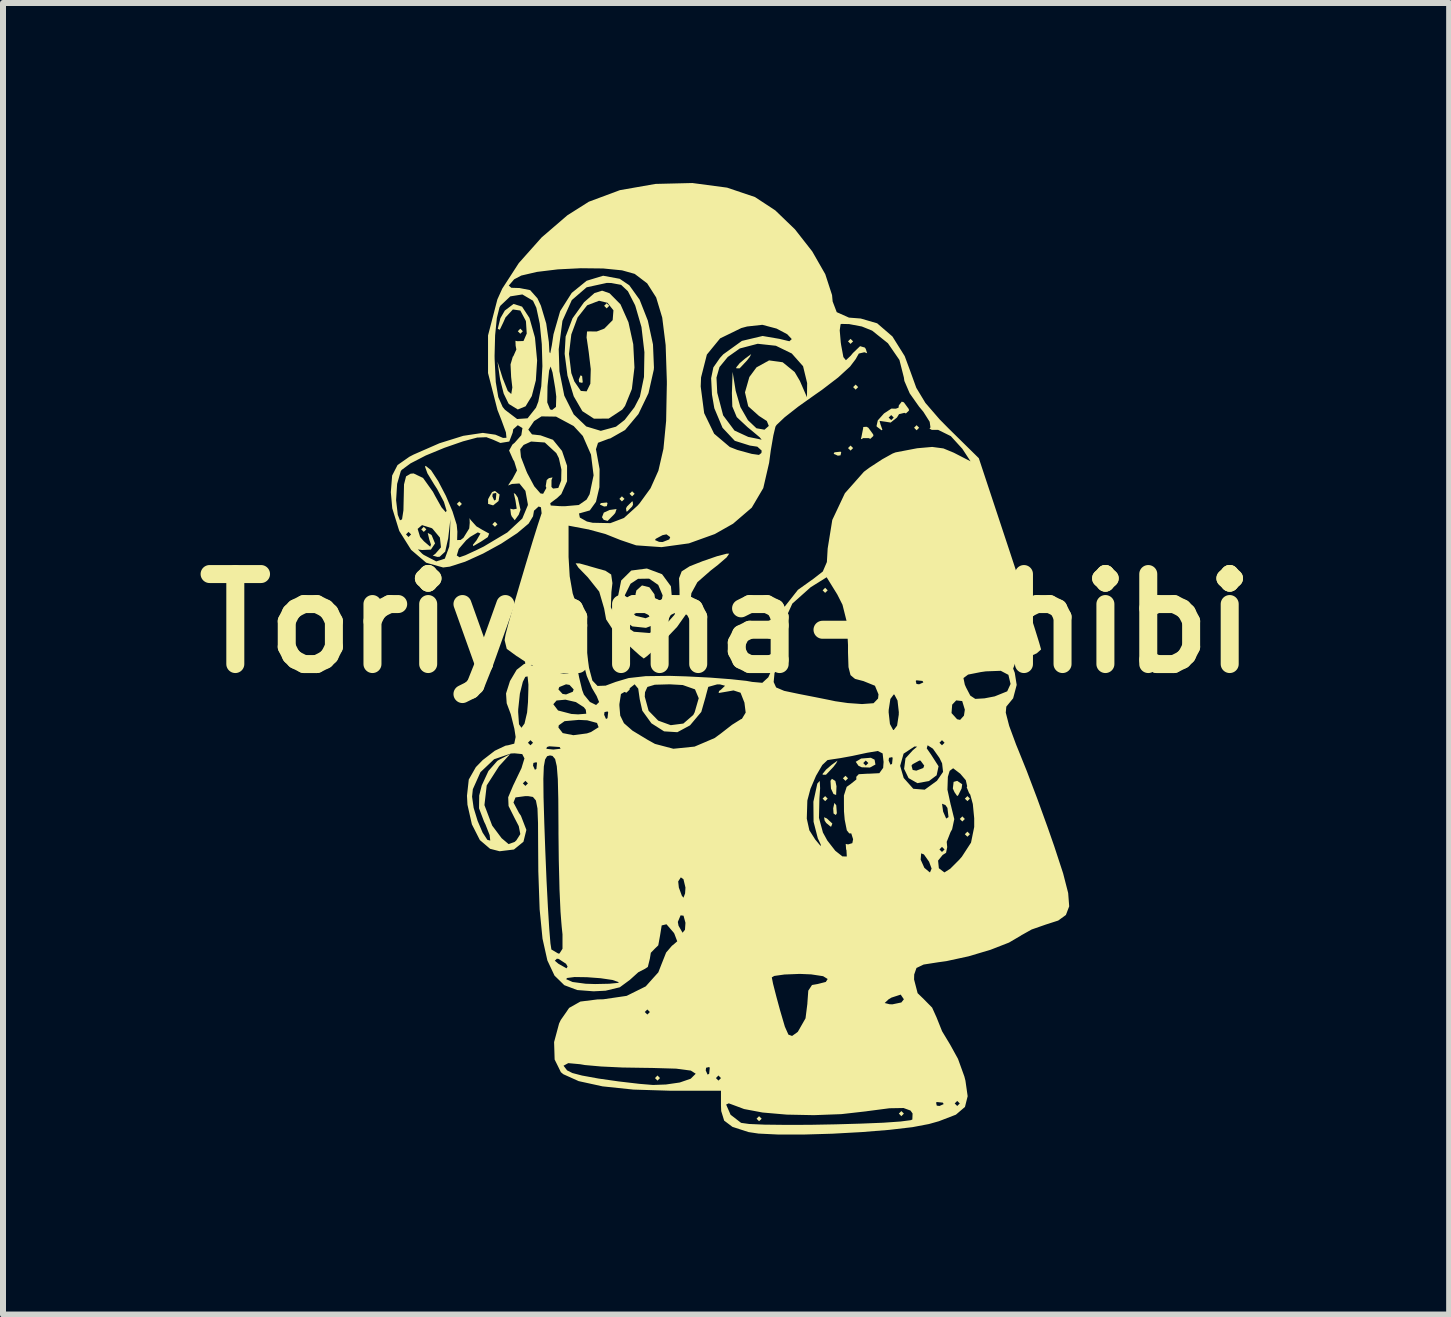
<source format=kicad_pcb>
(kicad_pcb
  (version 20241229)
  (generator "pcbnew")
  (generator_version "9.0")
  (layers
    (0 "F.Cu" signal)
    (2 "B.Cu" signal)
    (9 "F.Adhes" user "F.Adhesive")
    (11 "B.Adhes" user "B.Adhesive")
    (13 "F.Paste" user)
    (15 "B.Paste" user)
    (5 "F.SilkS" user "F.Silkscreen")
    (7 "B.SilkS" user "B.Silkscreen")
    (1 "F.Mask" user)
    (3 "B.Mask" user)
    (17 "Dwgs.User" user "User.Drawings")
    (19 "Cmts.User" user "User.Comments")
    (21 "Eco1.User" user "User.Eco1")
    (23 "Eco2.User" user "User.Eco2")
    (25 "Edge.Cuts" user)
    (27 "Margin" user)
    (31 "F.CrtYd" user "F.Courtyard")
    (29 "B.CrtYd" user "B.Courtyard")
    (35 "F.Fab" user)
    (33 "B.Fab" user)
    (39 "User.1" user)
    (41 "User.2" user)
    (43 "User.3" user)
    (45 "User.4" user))
  (footprint "Toriyama-Chibi"
    (layer "F.Cu")
    (at 9.05 7.338)
    (property "Reference" "Toriyama-Chibi" (at 0 0 0) (layer "F.SilkS") (effects (font (size 1.5 1.5) (thickness 0.3))))
    (attr board_only exclude_from_pos_files exclude_from_bom)
    (fp_poly (pts (xy -4.995 -1.566) (xy -5.038 -1.524) (xy -5.08 -1.566) (xy -5.038 -1.609)) (stroke (width 0) (type solid)) (fill yes) (layer "F.SilkS"))
    (fp_poly (pts (xy -4.403 -1.99) (xy -4.445 -1.947) (xy -4.487 -1.99) (xy -4.445 -2.032)) (stroke (width 0) (type solid)) (fill yes) (layer "F.SilkS"))
    (fp_poly (pts (xy -3.81 -1.651) (xy -3.852 -1.609) (xy -3.895 -1.651) (xy -3.852 -1.693)) (stroke (width 0) (type solid)) (fill yes) (layer "F.SilkS"))
    (fp_poly (pts (xy -3.387 -4.868) (xy -3.429 -4.826) (xy -3.471 -4.868) (xy -3.429 -4.911)) (stroke (width 0) (type solid)) (fill yes) (layer "F.SilkS"))
    (fp_poly (pts (xy -1.947 -5.292) (xy -1.99 -5.249) (xy -2.032 -5.292) (xy -1.99 -5.334)) (stroke (width 0) (type solid)) (fill yes) (layer "F.SilkS"))
    (fp_poly (pts (xy -1.693 -2.074) (xy -1.736 -2.032) (xy -1.778 -2.074) (xy -1.736 -2.117)) (stroke (width 0) (type solid)) (fill yes) (layer "F.SilkS"))
    (fp_poly (pts (xy -1.524 -2.159) (xy -1.566 -2.117) (xy -1.609 -2.159) (xy -1.566 -2.201)) (stroke (width 0) (type solid)) (fill yes) (layer "F.SilkS"))
    (fp_poly (pts (xy -1.101 7.578) (xy -1.143 7.62) (xy -1.185 7.578) (xy -1.143 7.535)) (stroke (width 0) (type solid)) (fill yes) (layer "F.SilkS"))
    (fp_poly (pts (xy 0.593 8.255) (xy 0.55 8.297) (xy 0.508 8.255) (xy 0.55 8.213)) (stroke (width 0) (type solid)) (fill yes) (layer "F.SilkS"))
    (fp_poly (pts (xy 1.693 -0.55) (xy 1.651 -0.508) (xy 1.609 -0.55) (xy 1.651 -0.593)) (stroke (width 0) (type solid)) (fill yes) (layer "F.SilkS"))
    (fp_poly (pts (xy 1.693 2.921) (xy 1.651 2.963) (xy 1.609 2.921) (xy 1.651 2.879)) (stroke (width 0) (type solid)) (fill yes) (layer "F.SilkS"))
    (fp_poly (pts (xy 2.032 2.582) (xy 1.99 2.625) (xy 1.947 2.582) (xy 1.99 2.54)) (stroke (width 0) (type solid)) (fill yes) (layer "F.SilkS"))
    (fp_poly (pts (xy 2.117 -4.699) (xy 2.074 -4.657) (xy 2.032 -4.699) (xy 2.074 -4.741)) (stroke (width 0) (type solid)) (fill yes) (layer "F.SilkS"))
    (fp_poly (pts (xy 2.117 -2.921) (xy 2.074 -2.879) (xy 2.032 -2.921) (xy 2.074 -2.963)) (stroke (width 0) (type solid)) (fill yes) (layer "F.SilkS"))
    (fp_poly (pts (xy 2.201 -3.937) (xy 2.159 -3.895) (xy 2.117 -3.937) (xy 2.159 -3.979)) (stroke (width 0) (type solid)) (fill yes) (layer "F.SilkS"))
    (fp_poly (pts (xy 2.963 8.17) (xy 2.921 8.213) (xy 2.879 8.17) (xy 2.921 8.128)) (stroke (width 0) (type solid)) (fill yes) (layer "F.SilkS"))
    (fp_poly (pts (xy 3.217 -3.26) (xy 3.175 -3.217) (xy 3.133 -3.26) (xy 3.175 -3.302)) (stroke (width 0) (type solid)) (fill yes) (layer "F.SilkS"))
    (fp_poly (pts (xy 3.979 3.26) (xy 3.937 3.302) (xy 3.895 3.26) (xy 3.937 3.217)) (stroke (width 0) (type solid)) (fill yes) (layer "F.SilkS"))
    (fp_poly (pts (xy 4.064 2.921) (xy 4.022 2.963) (xy 3.979 2.921) (xy 4.022 2.879)) (stroke (width 0) (type solid)) (fill yes) (layer "F.SilkS"))
    (fp_poly (pts (xy 4.064 3.514) (xy 4.022 3.556) (xy 3.979 3.514) (xy 4.022 3.471)) (stroke (width 0) (type solid)) (fill yes) (layer "F.SilkS"))
    (fp_poly (pts (xy -2.399 -4.12) (xy -2.389 -4.02) (xy -2.399 -4.008) (xy -2.449 -4.019) (xy -2.455 -4.064) (xy -2.424 -4.134)) (stroke (width 0) (type solid)) (fill yes) (layer "F.SilkS"))
    (fp_poly (pts (xy -1.976 -2.004) (xy -1.987 -1.953) (xy -2.032 -1.947) (xy -2.102 -1.978) (xy -2.088 -2.004) (xy -1.988 -2.014)) (stroke (width 0) (type solid)) (fill yes) (layer "F.SilkS"))
    (fp_poly (pts (xy 1.836 3.032) (xy 1.846 3.164) (xy 1.829 3.194) (xy 1.791 3.169) (xy 1.785 3.083) (xy 1.805 2.993)) (stroke (width 0) (type solid)) (fill yes) (layer "F.SilkS"))
    (fp_poly (pts (xy 1.919 -2.85) (xy 1.907 -2.8) (xy 1.863 -2.794) (xy 1.793 -2.825) (xy 1.806 -2.85) (xy 1.907 -2.861)) (stroke (width 0) (type solid)) (fill yes) (layer "F.SilkS"))
    (fp_poly (pts (xy 1.68 3.252) (xy 1.771 3.337) (xy 1.752 3.386) (xy 1.741 3.387) (xy 1.669 3.327) (xy 1.643 3.289) (xy 1.633 3.231)) (stroke (width 0) (type solid)) (fill yes) (layer "F.SilkS"))
    (fp_poly (pts (xy 1.821 2.627) (xy 1.84 2.715) (xy 1.834 2.86) (xy 1.79 2.844) (xy 1.748 2.754) (xy 1.74 2.624) (xy 1.764 2.591)) (stroke (width 0) (type solid)) (fill yes) (layer "F.SilkS"))
    (fp_poly (pts (xy -1.847 -1.84) (xy -1.868 -1.814) (xy -1.974 -1.707) (xy -2.039 -1.725) (xy -2.068 -1.768) (xy -2.038 -1.845) (xy -1.942 -1.889) (xy -1.825 -1.905)) (stroke (width 0) (type solid)) (fill yes) (layer "F.SilkS"))
    (fp_poly (pts (xy -1.551 -1.977) (xy -1.566 -1.947) (xy -1.646 -1.866) (xy -1.661 -1.863) (xy -1.667 -1.917) (xy -1.651 -1.947) (xy -1.571 -2.028) (xy -1.556 -2.032)) (stroke (width 0) (type solid)) (fill yes) (layer "F.SilkS"))
    (fp_poly (pts (xy 0.397 -4.443) (xy 0.349 -4.381) (xy 0.226 -4.25) (xy 0.171 -4.25) (xy 0.169 -4.265) (xy 0.227 -4.336) (xy 0.318 -4.413) (xy 0.418 -4.487)) (stroke (width 0) (type solid)) (fill yes) (layer "F.SilkS"))
    (fp_poly (pts (xy 1.836 2.33) (xy 1.789 2.392) (xy 1.665 2.523) (xy 1.61 2.523) (xy 1.609 2.508) (xy 1.667 2.437) (xy 1.757 2.36) (xy 1.857 2.287)) (stroke (width 0) (type solid)) (fill yes) (layer "F.SilkS"))
    (fp_poly (pts (xy 3.935 2.682) (xy 3.925 2.752) (xy 3.87 2.863) (xy 3.852 2.879) (xy 3.806 2.813) (xy 3.779 2.752) (xy 3.792 2.642) (xy 3.852 2.625)) (stroke (width 0) (type solid)) (fill yes) (layer "F.SilkS"))
    (fp_poly (pts (xy -1.278 -0.601) (xy -1.194 -0.484) (xy -1.185 -0.423) (xy -1.239 -0.281) (xy -1.354 -0.214) (xy -1.466 -0.251) (xy -1.494 -0.298) (xy -1.509 -0.488) (xy -1.494 -0.549) (xy -1.401 -0.632)) (stroke (width 0) (type solid)) (fill yes) (layer "F.SilkS"))
    (fp_poly (pts (xy -3.508 -2.151) (xy -3.471 -2.095) (xy -3.426 -1.893) (xy -3.455 -1.811) (xy -3.522 -1.719) (xy -3.572 -1.782) (xy -3.585 -1.815) (xy -3.596 -1.911) (xy -3.546 -1.899) (xy -3.489 -1.91) (xy -3.509 -2.043) (xy -3.538 -2.172)) (stroke (width 0) (type solid)) (fill yes) (layer "F.SilkS"))
    (fp_poly (pts (xy 2.371 -3.26) (xy 2.452 -3.148) (xy 2.455 -3.123) (xy 2.404 -3.075) (xy 2.378 -3.086) (xy 2.278 -3.086) (xy 2.265 -3.07) (xy 2.248 -3.073) (xy 2.258 -3.118) (xy 2.284 -3.249) (xy 2.286 -3.272) (xy 2.341 -3.276)) (stroke (width 0) (type solid)) (fill yes) (layer "F.SilkS"))
    (fp_poly (pts (xy 2.475 2.272) (xy 2.489 2.353) (xy 2.397 2.403) (xy 2.262 2.399) (xy 2.208 2.375) (xy 2.175 2.328) (xy 2.286 2.328) (xy 2.328 2.371) (xy 2.371 2.328) (xy 2.328 2.286) (xy 2.286 2.328) (xy 2.175 2.328) (xy 2.161 2.307) (xy 2.251 2.253) (xy 2.412 2.24)) (stroke (width 0) (type solid)) (fill yes) (layer "F.SilkS"))
    (fp_poly (pts (xy -3.774 -2.147) (xy -3.792 -2.038) (xy -3.882 -1.966) (xy -3.966 -1.99) (xy -3.966 -2.069) (xy -3.94 -2.117) (xy -3.895 -2.117) (xy -3.864 -2.047) (xy -3.838 -2.06) (xy -3.828 -2.161) (xy -3.838 -2.173) (xy -3.889 -2.161) (xy -3.895 -2.117) (xy -3.94 -2.117) (xy -3.899 -2.188) (xy -3.852 -2.206)) (stroke (width 0) (type solid)) (fill yes) (layer "F.SilkS"))
    (fp_poly (pts (xy -1.067 -0.819) (xy -0.919 -0.617) (xy -0.896 -0.353) (xy -0.948 -0.191) (xy -1.109 -0.01) (xy -1.335 0.075) (xy -1.562 0.051) (xy -1.693 -0.043) (xy -1.778 -0.227) (xy -1.806 -0.423) (xy -1.797 -0.469) (xy -1.687 -0.469) (xy -1.65 -0.271) (xy -1.507 -0.125) (xy -1.341 -0.085) (xy -1.185 -0.153) (xy -1.101 -0.254) (xy -1.057 -0.466) (xy -1.131 -0.641) (xy -1.282 -0.745) (xy -1.467 -0.742) (xy -1.592 -0.66) (xy -1.687 -0.469) (xy -1.797 -0.469) (xy -1.748 -0.714) (xy -1.58 -0.88) (xy -1.32 -0.914)) (stroke (width 0) (type solid)) (fill yes) (layer "F.SilkS"))
    (fp_poly (pts (xy 2.963 -3.683) (xy 3.045 -3.571) (xy 3.048 -3.546) (xy 2.997 -3.498) (xy 2.972 -3.508) (xy 2.882 -3.486) (xy 2.848 -3.43) (xy 2.743 -3.346) (xy 2.656 -3.36) (xy 2.558 -3.374) (xy 2.573 -3.316) (xy 2.605 -3.227) (xy 2.592 -3.217) (xy 2.514 -3.276) (xy 2.507 -3.287) (xy 2.528 -3.382) (xy 2.57 -3.429) (xy 2.709 -3.429) (xy 2.752 -3.387) (xy 2.794 -3.429) (xy 2.752 -3.471) (xy 2.709 -3.429) (xy 2.57 -3.429) (xy 2.632 -3.498) (xy 2.755 -3.579) (xy 2.829 -3.577) (xy 2.874 -3.594) (xy 2.879 -3.632) (xy 2.928 -3.695)) (stroke (width 0) (type solid)) (fill yes) (layer "F.SilkS"))
    (fp_poly (pts (xy -3.4 -5.278) (xy -3.277 -5.09) (xy -3.187 -4.771) (xy -3.184 -4.754) (xy -3.149 -4.38) (xy -3.17 -4.05) (xy -3.238 -3.787) (xy -3.341 -3.617) (xy -3.471 -3.564) (xy -3.617 -3.654) (xy -3.627 -3.666) (xy -3.706 -3.829) (xy -3.765 -4.061) (xy -3.767 -4.072) (xy -3.809 -4.36) (xy -3.723 -4.085) (xy -3.638 -3.873) (xy -3.58 -3.822) (xy -3.562 -3.931) (xy -3.582 -4.105) (xy -3.592 -4.315) (xy -3.554 -4.444) (xy -3.545 -4.452) (xy -3.495 -4.564) (xy -3.507 -4.627) (xy -3.51 -4.709) (xy -3.476 -4.702) (xy -3.376 -4.705) (xy -3.322 -4.829) (xy -3.335 -5.03) (xy -3.338 -5.042) (xy -3.429 -5.213) (xy -3.553 -5.231) (xy -3.675 -5.099) (xy -3.712 -5.016) (xy -3.771 -4.893) (xy -3.803 -4.907) (xy -3.803 -4.916) (xy -3.761 -5.085) (xy -3.688 -5.212) (xy -3.542 -5.323)) (stroke (width 0) (type solid)) (fill yes) (layer "F.SilkS"))
    (fp_poly (pts (xy -1.942 -5.501) (xy -1.76 -5.317) (xy -1.627 -5.018) (xy -1.547 -4.651) (xy -1.527 -4.264) (xy -1.57 -3.905) (xy -1.684 -3.623) (xy -1.731 -3.561) (xy -1.957 -3.412) (xy -2.202 -3.411) (xy -2.395 -3.536) (xy -2.539 -3.784) (xy -2.643 -4.128) (xy -2.69 -4.491) (xy -2.618 -4.491) (xy -2.579 -4.17) (xy -2.529 -4.032) (xy -2.42 -3.873) (xy -2.324 -3.866) (xy -2.262 -3.993) (xy -2.255 -4.238) (xy -2.258 -4.26) (xy -2.289 -4.521) (xy -2.319 -4.728) (xy -2.325 -4.763) (xy -2.317 -4.864) (xy -2.28 -4.865) (xy -2.155 -4.864) (xy -2.029 -4.912) (xy -1.89 -5.053) (xy -1.877 -5.216) (xy -1.977 -5.342) (xy -2.117 -5.376) (xy -2.315 -5.3) (xy -2.474 -5.098) (xy -2.579 -4.815) (xy -2.618 -4.491) (xy -2.69 -4.491) (xy -2.69 -4.496) (xy -2.674 -4.779) (xy -2.559 -5.083) (xy -2.367 -5.351) (xy -2.193 -5.504) (xy -2.066 -5.544)) (stroke (width 0) (type solid)) (fill yes) (layer "F.SilkS"))
    (fp_poly (pts (xy 0.009 -1.099) (xy -0.137 -0.973) (xy -0.253 -0.883) (xy -0.478 -0.686) (xy -0.578 -0.503) (xy -0.591 -0.393) (xy -0.645 -0.184) (xy -0.816 0.059) (xy -0.97 0.221) (xy -1.169 0.413) (xy -1.315 0.545) (xy -1.372 0.586) (xy -1.445 0.529) (xy -1.535 0.448) (xy -1.706 0.289) (xy -1.852 0.159) (xy -1.999 -0.066) (xy -2.032 -0.247) (xy -2.114 -0.528) (xy -2.304 -0.767) (xy -2.462 -0.93) (xy -2.507 -1) (xy -2.444 -0.999) (xy -2.367 -0.978) (xy -2.144 -0.914) (xy -2.011 -0.877) (xy -1.915 -0.814) (xy -1.894 -0.67) (xy -1.911 -0.523) (xy -1.92 -0.269) (xy -1.834 -0.082) (xy -1.781 -0.021) (xy -1.537 0.14) (xy -1.277 0.161) (xy -1.039 0.059) (xy -0.859 -0.144) (xy -0.775 -0.429) (xy -0.776 -0.56) (xy -0.784 -0.751) (xy -0.74 -0.866) (xy -0.607 -0.951) (xy -0.391 -1.036) (xy -0.153 -1.118) (xy 0.01 -1.161) (xy 0.052 -1.161)) (stroke (width 0) (type solid)) (fill yes) (layer "F.SilkS"))
    (fp_poly (pts (xy 0.017 -7.261) (xy 0.482 -7.104) (xy 0.82 -6.882) (xy 1.148 -6.566) (xy 1.436 -6.198) (xy 1.653 -5.819) (xy 1.766 -5.471) (xy 1.776 -5.364) (xy 1.844 -5.186) (xy 2.048 -5.095) (xy 2.244 -5.08) (xy 2.518 -5) (xy 2.772 -4.781) (xy 2.977 -4.453) (xy 3.068 -4.207) (xy 3.17 -3.925) (xy 3.322 -3.673) (xy 3.56 -3.398) (xy 3.705 -3.251) (xy 4.212 -2.752) (xy 4.731 -1.185) (xy 4.891 -0.699) (xy 5.031 -0.268) (xy 5.143 0.081) (xy 5.218 0.323) (xy 5.249 0.433) (xy 5.249 0.436) (xy 5.178 0.499) (xy 5.006 0.576) (xy 4.991 0.582) (xy 4.819 0.661) (xy 4.784 0.754) (xy 4.811 0.823) (xy 4.843 1.026) (xy 4.784 1.249) (xy 4.67 1.388) (xy 4.661 1.488) (xy 4.718 1.709) (xy 4.834 2.023) (xy 4.864 2.096) (xy 5.01 2.458) (xy 5.183 2.914) (xy 5.358 3.397) (xy 5.467 3.709) (xy 5.617 4.167) (xy 5.701 4.494) (xy 5.718 4.716) (xy 5.663 4.86) (xy 5.535 4.953) (xy 5.33 5.019) (xy 5.327 5.02) (xy 5.092 5.102) (xy 4.917 5.2) (xy 4.911 5.205) (xy 4.715 5.32) (xy 4.407 5.44) (xy 4.041 5.549) (xy 3.672 5.629) (xy 3.535 5.648) (xy 3.292 5.686) (xy 3.173 5.743) (xy 3.135 5.852) (xy 3.133 5.935) (xy 3.192 6.163) (xy 3.292 6.26) (xy 3.434 6.404) (xy 3.508 6.568) (xy 3.6 6.798) (xy 3.735 7.022) (xy 3.865 7.258) (xy 3.971 7.551) (xy 3.989 7.621) (xy 4.026 7.88) (xy 3.981 8.059) (xy 3.83 8.188) (xy 3.547 8.297) (xy 3.38 8.344) (xy 3.106 8.396) (xy 2.719 8.441) (xy 2.261 8.478) (xy 1.773 8.505) (xy 1.296 8.519) (xy 0.872 8.519) (xy 0.541 8.503) (xy 0.374 8.478) (xy 0.106 8.391) (xy -0.032 8.287) (xy -0.081 8.128) (xy -0.085 8.038) (xy -0.085 8.019) (xy 0.001 8.019) (xy 0.075 8.189) (xy 0.246 8.321) (xy 0.254 8.325) (xy 0.384 8.343) (xy 0.641 8.354) (xy 0.992 8.358) (xy 1.399 8.357) (xy 1.83 8.349) (xy 2.248 8.337) (xy 2.618 8.322) (xy 2.906 8.302) (xy 3.075 8.28) (xy 3.104 8.269) (xy 3.108 8.168) (xy 3.073 8.119) (xy 2.957 8.077) (xy 2.722 8.081) (xy 2.347 8.13) (xy 2.336 8.132) (xy 1.921 8.179) (xy 1.464 8.196) (xy 1.011 8.187) (xy 0.608 8.152) (xy 0.3 8.094) (xy 0.18 8.049) (xy 0.045 7.999) (xy 0.001 8.019) (xy -0.085 8.019) (xy -0.085 7.987) (xy 3.5 7.987) (xy 3.511 8.037) (xy 3.556 8.043) (xy 3.626 8.012) (xy 3.62 8.001) (xy 3.81 8.001) (xy 3.852 8.043) (xy 3.895 8.001) (xy 3.852 7.959) (xy 3.81 8.001) (xy 3.62 8.001) (xy 3.612 7.987) (xy 3.512 7.977) (xy 3.5 7.987) (xy -0.085 7.987) (xy -0.085 7.789) (xy -0.927 7.789) (xy -1.543 7.77) (xy -2.059 7.716) (xy -2.456 7.629) (xy -2.712 7.514) (xy -2.753 7.48) (xy -2.806 7.372) (xy -2.709 7.372) (xy -2.649 7.45) (xy -2.561 7.494) (xy -2.4 7.536) (xy -2.125 7.586) (xy -1.789 7.634) (xy -1.447 7.674) (xy -1.217 7.693) (xy -1.002 7.685) (xy -0.773 7.652) (xy -0.59 7.589) (xy -0.579 7.578) (xy -0.169 7.578) (xy -0.127 7.62) (xy -0.085 7.578) (xy -0.127 7.535) (xy -0.169 7.578) (xy -0.579 7.578) (xy -0.508 7.508) (xy -0.508 7.504) (xy -0.588 7.453) (xy -0.606 7.451) (xy -0.339 7.451) (xy -0.308 7.52) (xy -0.282 7.507) (xy -0.272 7.407) (xy -0.282 7.394) (xy -0.333 7.406) (xy -0.339 7.451) (xy -0.606 7.451) (xy -0.831 7.421) (xy -1.24 7.409) (xy -1.333 7.408) (xy -1.725 7.402) (xy -2.082 7.385) (xy -2.351 7.361) (xy -2.434 7.347) (xy -2.63 7.329) (xy -2.709 7.372) (xy -2.806 7.372) (xy -2.857 7.269) (xy -2.866 6.978) (xy -2.783 6.669) (xy -2.755 6.61) (xy -2.662 6.477) (xy -1.355 6.477) (xy -1.312 6.519) (xy -1.27 6.477) (xy -1.312 6.435) (xy -1.355 6.477) (xy -2.662 6.477) (xy -2.616 6.409) (xy -2.428 6.303) (xy -2.141 6.267) (xy -2.046 6.265) (xy -1.657 6.208) (xy -1.339 6.05) (xy -1.205 5.9) (xy 0.762 5.9) (xy 0.783 6.007) (xy 0.839 6.225) (xy 0.901 6.453) (xy 0.98 6.722) (xy 1.039 6.854) (xy 1.1 6.876) (xy 1.186 6.815) (xy 1.197 6.805) (xy 1.324 6.582) (xy 1.355 6.337) (xy 1.355 6.327) (xy 2.643 6.327) (xy 2.727 6.348) (xy 2.773 6.349) (xy 2.921 6.318) (xy 2.963 6.265) (xy 2.91 6.187) (xy 2.756 6.237) (xy 2.709 6.265) (xy 2.643 6.327) (xy 1.355 6.327) (xy 1.37 6.121) (xy 1.432 6.027) (xy 1.524 6.011) (xy 1.662 5.976) (xy 1.693 5.927) (xy 1.617 5.88) (xy 1.419 5.85) (xy 1.228 5.842) (xy 0.973 5.852) (xy 0.803 5.876) (xy 0.762 5.9) (xy -1.205 5.9) (xy -1.129 5.816) (xy -1.08 5.69) (xy -0.999 5.486) (xy -0.898 5.368) (xy -0.89 5.365) (xy -0.814 5.299) (xy -0.862 5.172) (xy -0.871 5.157) (xy -0.993 5.015) (xy -1.073 5.034) (xy -1.101 5.207) (xy -1.13 5.366) (xy -1.185 5.419) (xy -1.254 5.49) (xy -1.27 5.588) (xy -1.304 5.726) (xy -1.351 5.757) (xy -1.462 5.814) (xy -1.604 5.942) (xy -1.771 6.065) (xy -2.008 6.122) (xy -2.208 6.132) (xy -2.481 6.111) (xy -2.696 6.03) (xy -2.798 5.93) (xy -2.665 5.93) (xy -2.558 5.977) (xy -2.34 6.006) (xy -2.182 6.011) (xy -1.946 6.006) (xy -1.804 5.992) (xy -1.785 5.981) (xy -1.894 5.943) (xy -2.091 5.914) (xy -2.319 5.897) (xy -2.524 5.894) (xy -2.65 5.91) (xy -2.665 5.93) (xy -2.798 5.93) (xy -2.859 5.871) (xy -2.976 5.622) (xy -2.854 5.622) (xy -2.794 5.673) (xy -2.659 5.749) (xy -2.641 5.72) (xy -2.667 5.673) (xy -2.791 5.592) (xy -2.82 5.589) (xy -2.854 5.622) (xy -2.976 5.622) (xy -2.978 5.618) (xy -3.059 5.255) (xy -3.107 4.766) (xy -3.129 4.133) (xy -3.132 3.704) (xy -3.134 3.326) (xy -3.143 3.085) (xy -3.169 2.952) (xy -3.219 2.893) (xy -3.301 2.879) (xy -3.344 2.879) (xy -3.509 2.901) (xy -3.543 2.986) (xy -3.451 3.16) (xy -3.419 3.206) (xy -3.328 3.442) (xy -3.377 3.64) (xy -3.535 3.769) (xy -3.774 3.798) (xy -3.933 3.757) (xy -4.103 3.612) (xy -4.236 3.35) (xy -4.31 3.022) (xy -4.317 2.888) (xy -4.233 2.888) (xy -4.207 3.074) (xy -4.141 3.291) (xy -4.058 3.486) (xy -3.978 3.608) (xy -3.93 3.62) (xy -3.94 3.529) (xy -4.011 3.349) (xy -4.032 3.307) (xy -4.117 3.082) (xy -4.114 2.869) (xy -4.072 2.702) (xy -3.96 2.46) (xy -3.812 2.292) (xy -3.786 2.276) (xy -3.598 2.178) (xy -3.783 2.38) (xy -3.989 2.701) (xy -4.027 3.029) (xy -3.898 3.37) (xy -3.741 3.58) (xy -3.624 3.679) (xy -3.524 3.643) (xy -3.494 3.615) (xy -3.429 3.512) (xy -3.455 3.379) (xy -3.53 3.234) (xy -3.625 3.044) (xy -3.631 2.898) (xy -3.549 2.704) (xy -3.543 2.691) (xy -3.531 2.667) (xy -3.387 2.667) (xy -3.344 2.709) (xy -3.302 2.667) (xy -3.344 2.625) (xy -3.387 2.667) (xy -3.531 2.667) (xy -3.494 2.589) (xy -3.045 2.589) (xy -3.042 2.899) (xy -3.029 3.339) (xy -3.013 3.784) (xy -2.992 4.287) (xy -2.969 4.731) (xy -2.947 5.089) (xy -2.927 5.333) (xy -2.911 5.435) (xy -2.911 5.435) (xy -2.798 5.502) (xy -2.777 5.503) (xy -2.726 5.423) (xy -2.726 5.183) (xy -2.739 5.059) (xy -2.746 4.976) (xy -0.804 4.976) (xy -0.792 5.04) (xy -0.725 5.156) (xy -0.685 5.106) (xy -0.677 4.99) (xy -0.709 4.872) (xy -0.758 4.866) (xy -0.804 4.976) (xy -2.746 4.976) (xy -2.759 4.807) (xy -2.776 4.433) (xy -2.779 4.301) (xy -0.798 4.301) (xy -0.787 4.403) (xy -0.737 4.539) (xy -0.71 4.572) (xy -0.683 4.501) (xy -0.677 4.403) (xy -0.71 4.265) (xy -0.754 4.233) (xy -0.798 4.301) (xy -2.779 4.301) (xy -2.787 3.984) (xy -2.788 3.938) (xy 3.243 3.938) (xy 3.304 4.074) (xy 3.392 4.148) (xy 3.399 4.149) (xy 3.425 4.087) (xy 3.383 3.972) (xy 3.37 3.954) (xy 3.533 3.954) (xy 3.546 4.081) (xy 3.636 4.149) (xy 3.642 4.149) (xy 3.735 4.09) (xy 3.883 3.942) (xy 3.93 3.888) (xy 4.082 3.654) (xy 4.135 3.394) (xy 4.135 3.249) (xy 4.112 3.011) (xy 4.069 2.854) (xy 4.049 2.827) (xy 4.01 2.732) (xy 4.018 2.715) (xy 3.995 2.614) (xy 3.903 2.506) (xy 3.784 2.415) (xy 3.726 2.458) (xy 3.696 2.558) (xy 3.689 2.772) (xy 3.743 3.021) (xy 3.746 3.03) (xy 3.803 3.262) (xy 3.767 3.432) (xy 3.741 3.478) (xy 3.677 3.641) (xy 3.685 3.729) (xy 3.666 3.824) (xy 3.609 3.86) (xy 3.533 3.954) (xy 3.37 3.954) (xy 3.297 3.851) (xy 3.251 3.833) (xy 3.243 3.938) (xy -2.788 3.938) (xy -2.793 3.504) (xy -2.793 3.408) (xy -2.794 3.254) (xy 1.345 3.254) (xy 1.388 3.449) (xy 1.486 3.603) (xy 1.578 3.713) (xy 1.577 3.685) (xy 1.529 3.583) (xy 1.458 3.307) (xy 1.455 2.973) (xy 1.519 2.678) (xy 1.523 2.667) (xy 1.561 2.626) (xy 1.567 2.748) (xy 1.555 2.921) (xy 1.548 3.241) (xy 1.614 3.486) (xy 1.687 3.619) (xy 1.82 3.79) (xy 1.939 3.884) (xy 2.012 3.885) (xy 2.006 3.779) (xy 2.001 3.768) (xy 3.556 3.768) (xy 3.598 3.81) (xy 3.641 3.768) (xy 3.598 3.725) (xy 3.556 3.768) (xy 2.001 3.768) (xy 2 3.763) (xy 1.994 3.676) (xy 2.033 3.684) (xy 2.104 3.663) (xy 2.117 3.598) (xy 2.086 3.5) (xy 2.053 3.501) (xy 2.012 3.449) (xy 1.977 3.273) (xy 1.965 3.135) (xy 1.964 3.006) (xy 3.599 3.006) (xy 3.616 3.13) (xy 3.618 3.139) (xy 3.668 3.253) (xy 3.707 3.229) (xy 3.689 3.076) (xy 3.655 3.028) (xy 3.599 3.006) (xy 1.964 3.006) (xy 1.964 2.868) (xy 2.01 2.725) (xy 2.076 2.678) (xy 2.171 2.602) (xy 2.17 2.557) (xy 2.211 2.514) (xy 2.369 2.505) (xy 2.376 2.506) (xy 2.554 2.497) (xy 2.618 2.408) (xy 2.62 2.375) (xy 2.901 2.375) (xy 2.96 2.577) (xy 3.12 2.757) (xy 3.31 2.772) (xy 3.514 2.624) (xy 3.616 2.476) (xy 3.6 2.333) (xy 3.556 2.243) (xy 3.447 2.089) (xy 3.359 2.032) (xy 3.344 2.083) (xy 3.416 2.187) (xy 3.541 2.382) (xy 3.509 2.532) (xy 3.381 2.628) (xy 3.188 2.663) (xy 3.041 2.579) (xy 2.967 2.425) (xy 2.974 2.371) (xy 3.09 2.371) (xy 3.11 2.443) (xy 3.17 2.455) (xy 3.286 2.411) (xy 3.302 2.371) (xy 3.241 2.288) (xy 3.222 2.286) (xy 3.108 2.348) (xy 3.09 2.371) (xy 2.974 2.371) (xy 2.99 2.249) (xy 3.111 2.116) (xy 3.184 2.054) (xy 3.139 2.053) (xy 2.958 2.172) (xy 2.901 2.375) (xy 2.62 2.375) (xy 2.625 2.309) (xy 2.622 2.286) (xy 2.709 2.286) (xy 2.74 2.356) (xy 2.766 2.342) (xy 2.776 2.242) (xy 2.766 2.23) (xy 2.715 2.241) (xy 2.709 2.286) (xy 2.622 2.286) (xy 2.609 2.168) (xy 2.528 2.127) (xy 2.349 2.157) (xy 2.102 2.21) (xy 1.905 2.246) (xy 1.745 2.27) (xy 1.69 2.279) (xy 1.604 2.36) (xy 1.499 2.54) (xy 1.406 2.758) (xy 1.355 2.95) (xy 1.354 2.963) (xy 1.345 3.254) (xy -2.794 3.254) (xy -2.796 2.93) (xy -2.804 2.596) (xy -2.821 2.381) (xy -2.849 2.261) (xy -2.892 2.21) (xy -2.934 2.201) (xy -2.982 2.214) (xy -3.016 2.269) (xy -3.037 2.386) (xy -3.045 2.589) (xy -3.494 2.589) (xy -3.409 2.412) (xy -3.397 2.371) (xy -3.217 2.371) (xy -3.186 2.44) (xy -3.161 2.427) (xy -3.151 2.327) (xy -3.161 2.314) (xy -3.211 2.326) (xy -3.217 2.371) (xy -3.397 2.371) (xy -3.36 2.251) (xy -3.397 2.179) (xy -3.524 2.166) (xy -3.585 2.169) (xy -3.866 2.265) (xy -4.093 2.48) (xy -4.22 2.764) (xy -4.233 2.888) (xy -4.317 2.888) (xy -4.318 2.875) (xy -4.288 2.603) (xy -4.17 2.396) (xy -4.055 2.278) (xy -3.854 2.123) (xy -3.787 2.091) (xy -2.995 2.091) (xy -2.879 2.103) (xy -2.758 2.09) (xy -2.773 2.061) (xy -2.946 2.049) (xy -2.985 2.061) (xy -2.995 2.091) (xy -3.787 2.091) (xy -3.674 2.038) (xy -3.634 2.032) (xy -3.53 2.005) (xy -3.527 1.99) (xy -3.302 1.99) (xy -3.26 2.032) (xy -3.217 1.99) (xy -3.26 1.947) (xy -3.302 1.99) (xy -3.527 1.99) (xy -3.507 1.894) (xy -3.528 1.757) (xy -3.588 1.515) (xy -3.602 1.477) (xy -3.465 1.477) (xy -3.451 1.682) (xy -3.41 1.74) (xy -3.407 1.736) (xy -2.794 1.736) (xy -2.722 1.829) (xy -2.545 1.864) (xy -2.318 1.834) (xy -2.251 1.811) (xy -2.124 1.731) (xy -2.151 1.66) (xy -2.313 1.616) (xy -2.455 1.609) (xy -2.691 1.63) (xy -2.788 1.699) (xy -2.794 1.736) (xy -3.407 1.736) (xy -3.359 1.67) (xy -3.325 1.524) (xy -2.032 1.524) (xy -2.001 1.594) (xy -1.976 1.58) (xy -1.965 1.48) (xy -1.976 1.468) (xy -2.026 1.479) (xy -2.032 1.524) (xy -3.325 1.524) (xy -3.316 1.487) (xy -3.304 1.348) (xy -2.879 1.348) (xy -2.8 1.452) (xy -2.578 1.51) (xy -2.466 1.517) (xy -2.33 1.506) (xy -2.338 1.439) (xy -2.371 1.397) (xy -2.41 1.372) (xy -1.778 1.372) (xy -1.764 1.537) (xy -1.702 1.664) (xy -1.56 1.788) (xy -1.309 1.94) (xy -1.185 2.009) (xy -0.878 2.09) (xy -0.525 2.054) (xy -0.374 1.99) (xy 3.556 1.99) (xy 3.598 2.032) (xy 3.641 1.99) (xy 3.598 1.947) (xy 3.556 1.99) (xy -0.374 1.99) (xy -0.19 1.911) (xy -0.089 1.837) (xy 0.1 1.69) (xy 0.245 1.599) (xy 0.264 1.591) (xy 0.327 1.487) (xy 0.326 1.482) (xy 2.709 1.482) (xy 2.731 1.678) (xy 2.783 1.775) (xy 2.794 1.778) (xy 2.85 1.704) (xy 2.878 1.521) (xy 2.878 1.495) (xy 3.757 1.495) (xy 3.85 1.598) (xy 3.9 1.609) (xy 3.964 1.538) (xy 3.979 1.439) (xy 3.935 1.295) (xy 3.835 1.284) (xy 3.768 1.355) (xy 3.757 1.495) (xy 2.878 1.495) (xy 2.879 1.482) (xy 2.857 1.286) (xy 2.805 1.188) (xy 2.794 1.185) (xy 2.738 1.26) (xy 2.71 1.443) (xy 2.709 1.482) (xy 0.326 1.482) (xy 0.306 1.321) (xy 0.241 1.156) (xy 0.124 1.118) (xy 0.017 1.137) (xy -0.124 1.161) (xy -0.117 1.128) (xy -0.085 1.105) (xy -0.017 1.04) (xy -0.099 1.018) (xy -0.148 1.017) (xy -0.297 1.059) (xy -0.339 1.214) (xy -0.339 1.218) (xy -0.413 1.476) (xy -0.601 1.7) (xy -0.812 1.814) (xy -1.033 1.8) (xy -1.244 1.666) (xy -1.396 1.456) (xy -1.439 1.264) (xy -1.445 1.222) (xy -1.355 1.222) (xy -1.291 1.457) (xy -1.131 1.621) (xy -0.922 1.697) (xy -0.712 1.67) (xy -0.547 1.527) (xy -0.524 1.483) (xy -0.456 1.248) (xy -0.518 1.1) (xy -0.722 1.028) (xy -0.94 1.016) (xy -1.188 1.023) (xy -1.311 1.06) (xy -1.351 1.148) (xy -1.355 1.222) (xy -1.445 1.222) (xy -1.464 1.088) (xy -1.524 1.016) (xy -1.605 1.081) (xy -1.609 1.106) (xy -1.661 1.156) (xy -1.693 1.143) (xy -1.752 1.178) (xy -1.778 1.346) (xy -1.778 1.372) (xy -2.41 1.372) (xy -2.503 1.312) (xy -2.677 1.272) (xy -2.825 1.286) (xy -2.879 1.348) (xy -3.304 1.348) (xy -3.301 1.312) (xy -3.295 1.101) (xy -2.794 1.101) (xy -2.725 1.176) (xy -2.667 1.185) (xy -2.554 1.14) (xy -2.54 1.101) (xy -2.609 1.026) (xy -2.667 1.016) (xy -2.78 1.062) (xy -2.794 1.101) (xy -3.295 1.101) (xy -3.294 1.02) (xy -3.308 0.884) (xy -3.346 0.892) (xy -3.387 0.974) (xy -3.436 1.17) (xy -3.464 1.432) (xy -3.465 1.477) (xy -3.602 1.477) (xy -3.656 1.332) (xy -3.667 1.169) (xy -3.601 0.961) (xy -3.49 0.774) (xy -3.388 0.694) (xy -3.26 0.694) (xy -3.048 0.762) (xy -2.837 0.817) (xy -2.709 0.837) (xy -2.625 0.831) (xy -2.688 0.776) (xy -2.709 0.762) (xy -2.892 0.7) (xy -3.048 0.687) (xy -3.26 0.694) (xy -3.388 0.694) (xy -3.366 0.677) (xy -3.347 0.674) (xy -3.35 0.638) (xy -3.472 0.556) (xy -3.493 0.544) (xy -3.655 0.425) (xy -3.691 0.279) (xy -3.675 0.187) (xy -3.63 0.015) (xy -3.565 -0.215) (xy -2.601 -0.215) (xy -2.586 0.005) (xy -2.551 0.296) (xy -2.503 0.609) (xy -2.45 0.897) (xy -2.398 1.112) (xy -2.369 1.188) (xy -2.269 1.31) (xy -2.166 1.361) (xy -2.117 1.313) (xy -2.117 1.309) (xy -2.157 1.211) (xy -2.236 1.077) (xy -2.322 0.875) (xy -2.394 0.599) (xy -2.409 0.508) (xy -2.477 0.073) (xy -2.532 -0.2) (xy -2.574 -0.315) (xy -2.59 -0.317) (xy -2.601 -0.215) (xy -3.565 -0.215) (xy -3.549 -0.27) (xy -3.446 -0.623) (xy -3.334 -1) (xy -3.302 -1.106) (xy -2.625 -1.106) (xy -2.606 -0.784) (xy -2.556 -0.499) (xy -2.508 -0.356) (xy -2.434 -0.145) (xy -2.366 0.156) (xy -2.332 0.387) (xy -2.284 0.742) (xy -2.228 0.953) (xy -2.142 1.043) (xy -2.007 1.038) (xy -1.84 0.976) (xy -1.625 0.912) (xy -1.34 0.88) (xy -0.947 0.875) (xy -0.661 0.884) (xy -0.269 0.904) (xy 0.081 0.931) (xy 0.341 0.959) (xy 0.435 0.976) (xy 0.604 0.991) (xy 0.704 0.899) (xy 0.753 0.791) (xy 0.848 0.55) (xy 0.808 0.82) (xy 0.793 0.978) (xy 0.834 1.068) (xy 0.968 1.125) (xy 1.21 1.176) (xy 1.496 1.232) (xy 1.735 1.28) (xy 1.82 1.298) (xy 2.027 1.328) (xy 2.265 1.345) (xy 2.458 1.331) (xy 2.533 1.253) (xy 2.54 1.183) (xy 2.481 1.04) (xy 2.286 0.961) (xy 2.286 0.961) (xy 2.28 0.96) (xy 3.161 0.96) (xy 3.173 1.01) (xy 3.217 1.016) (xy 3.287 0.985) (xy 3.274 0.96) (xy 3.173 0.949) (xy 3.161 0.96) (xy 2.28 0.96) (xy 2.15 0.926) (xy 2.132 0.912) (xy 3.956 0.912) (xy 3.978 1.02) (xy 3.999 1.068) (xy 4.07 1.204) (xy 4.153 1.259) (xy 4.306 1.25) (xy 4.477 1.217) (xy 4.685 1.133) (xy 4.741 1.01) (xy 4.705 0.858) (xy 4.578 0.791) (xy 4.329 0.8) (xy 4.245 0.812) (xy 4.033 0.854) (xy 3.956 0.912) (xy 2.132 0.912) (xy 2.074 0.863) (xy 2.04 0.73) (xy 2.032 0.484) (xy 2.032 0.359) (xy 2.011 -0.027) (xy 1.94 -0.31) (xy 1.854 -0.48) (xy 1.676 -0.768) (xy 1.41 -0.602) (xy 1.104 -0.329) (xy 0.95 0.011) (xy 0.933 0.186) (xy 0.908 0.37) (xy 0.861 0.457) (xy 0.83 0.41) (xy 0.833 0.241) (xy 0.847 0.124) (xy 0.963 -0.261) (xy 1.197 -0.558) (xy 1.458 -0.744) (xy 1.612 -0.864) (xy 1.68 -1.022) (xy 1.693 -1.247) (xy 1.77 -1.723) (xy 1.98 -2.168) (xy 2.297 -2.526) (xy 2.385 -2.592) (xy 2.604 -2.735) (xy 2.775 -2.83) (xy 2.824 -2.849) (xy 3.185 -2.918) (xy 3.435 -2.94) (xy 3.622 -2.915) (xy 3.799 -2.842) (xy 3.802 -2.84) (xy 4.074 -2.7) (xy 3.937 -2.909) (xy 3.745 -3.12) (xy 3.535 -3.224) (xy 3.429 -3.224) (xy 3.39 -3.245) (xy 3.406 -3.265) (xy 3.393 -3.359) (xy 3.288 -3.525) (xy 3.215 -3.613) (xy 3.06 -3.833) (xy 2.971 -4.04) (xy 2.963 -4.097) (xy 2.889 -4.389) (xy 2.697 -4.668) (xy 2.434 -4.878) (xy 2.263 -4.947) (xy 2.051 -4.987) (xy 1.921 -4.99) (xy 1.908 -4.984) (xy 1.894 -4.883) (xy 1.911 -4.683) (xy 1.918 -4.635) (xy 1.955 -4.437) (xy 1.997 -4.385) (xy 2.076 -4.459) (xy 2.114 -4.505) (xy 2.233 -4.619) (xy 2.312 -4.596) (xy 2.328 -4.573) (xy 2.351 -4.501) (xy 2.305 -4.518) (xy 2.212 -4.496) (xy 2.159 -4.402) (xy 2.066 -4.279) (xy 1.867 -4.097) (xy 1.598 -3.891) (xy 1.486 -3.813) (xy 1.203 -3.612) (xy 0.976 -3.434) (xy 0.842 -3.307) (xy 0.823 -3.278) (xy 0.788 -3.132) (xy 0.745 -2.882) (xy 0.717 -2.674) (xy 0.62 -2.254) (xy 0.428 -1.928) (xy 0.116 -1.66) (xy -0.188 -1.488) (xy -0.619 -1.333) (xy -1.076 -1.27) (xy -1.499 -1.3) (xy -1.759 -1.388) (xy -1.185 -1.388) (xy -1.116 -1.358) (xy -1.058 -1.355) (xy -0.946 -1.399) (xy -0.931 -1.437) (xy -0.993 -1.483) (xy -1.058 -1.47) (xy -1.17 -1.41) (xy -1.185 -1.388) (xy -1.759 -1.388) (xy -1.764 -1.39) (xy -2.012 -1.489) (xy -2.296 -1.566) (xy -2.31 -1.568) (xy -2.625 -1.628) (xy -2.625 -1.106) (xy -3.302 -1.106) (xy -3.227 -1.355) (xy -3.137 -1.643) (xy -3.079 -1.82) (xy -3.074 -1.833) (xy -3.085 -1.934) (xy -3.124 -1.947) (xy -3.201 -1.877) (xy -3.217 -1.784) (xy -3.29 -1.663) (xy -3.479 -1.504) (xy -3.746 -1.329) (xy -4.049 -1.163) (xy -4.349 -1.027) (xy -4.605 -0.945) (xy -4.715 -0.931) (xy -4.997 -1.01) (xy -5.248 -1.224) (xy -5.41 -1.482) (xy -5.334 -1.482) (xy -5.292 -1.439) (xy -5.249 -1.482) (xy -5.292 -1.524) (xy -5.334 -1.482) (xy -5.41 -1.482) (xy -5.445 -1.538) (xy -5.457 -1.574) (xy -5.14 -1.574) (xy -5.099 -1.44) (xy -5.036 -1.368) (xy -4.93 -1.277) (xy -4.918 -1.313) (xy -4.946 -1.397) (xy -4.972 -1.507) (xy -4.917 -1.478) (xy -4.906 -1.468) (xy -4.85 -1.332) (xy -4.919 -1.229) (xy -5.067 -1.222) (xy -5.136 -1.232) (xy -5.064 -1.16) (xy -5.039 -1.141) (xy -4.83 -1.032) (xy -4.687 -1.078) (xy -4.614 -1.277) (xy -4.604 -1.398) (xy -4.594 -1.736) (xy -4.631 -1.418) (xy -4.681 -1.195) (xy -4.773 -1.11) (xy -4.81 -1.107) (xy -4.888 -1.129) (xy -4.847 -1.157) (xy -4.751 -1.267) (xy -4.769 -1.429) (xy -4.892 -1.577) (xy -4.907 -1.587) (xy -5.067 -1.637) (xy -5.14 -1.574) (xy -5.457 -1.574) (xy -5.563 -1.917) (xy -5.575 -2.053) (xy -5.499 -2.053) (xy -5.471 -1.809) (xy -5.435 -1.717) (xy -5.4 -1.733) (xy -5.377 -1.883) (xy -5.373 -2.056) (xy -5.367 -2.316) (xy -5.333 -2.449) (xy -5.257 -2.494) (xy -5.207 -2.498) (xy -5.05 -2.423) (xy -4.885 -2.192) (xy -4.847 -2.12) (xy -4.741 -1.932) (xy -4.672 -1.853) (xy -4.657 -1.875) (xy -4.702 -2.024) (xy -4.815 -2.238) (xy -4.866 -2.317) (xy -4.977 -2.5) (xy -5.017 -2.611) (xy -5.006 -2.625) (xy -4.917 -2.553) (xy -4.797 -2.369) (xy -4.669 -2.124) (xy -4.559 -1.865) (xy -4.489 -1.643) (xy -4.478 -1.528) (xy -4.482 -1.388) (xy -4.425 -1.389) (xy -4.377 -1.425) (xy -4.28 -1.582) (xy -4.272 -1.675) (xy -4.275 -1.754) (xy -4.259 -1.726) (xy -4.161 -1.617) (xy -4.058 -1.556) (xy -3.948 -1.496) (xy -3.971 -1.437) (xy -4.084 -1.362) (xy -4.213 -1.287) (xy -4.218 -1.31) (xy -4.159 -1.383) (xy -4.093 -1.497) (xy -4.137 -1.516) (xy -4.264 -1.441) (xy -4.332 -1.384) (xy -4.455 -1.24) (xy -4.488 -1.131) (xy -4.442 -1.101) (xy -4.345 -1.135) (xy -4.153 -1.224) (xy -4.039 -1.28) (xy -3.645 -1.515) (xy -3.396 -1.747) (xy -3.304 -1.968) (xy -3.303 -1.983) (xy -3.344 -2.208) (xy -3.444 -2.331) (xy -3.568 -2.323) (xy -3.633 -2.297) (xy -3.584 -2.375) (xy -3.561 -2.404) (xy -3.484 -2.548) (xy -3.53 -2.698) (xy -3.55 -2.731) (xy -3.616 -2.88) (xy -3.604 -2.901) (xy -3.431 -2.901) (xy -3.418 -2.77) (xy -3.329 -2.539) (xy -3.313 -2.502) (xy -3.196 -2.283) (xy -3.093 -2.165) (xy -3.049 -2.159) (xy -2.995 -2.256) (xy -3.006 -2.286) (xy -2.989 -2.388) (xy -2.952 -2.42) (xy -2.892 -2.432) (xy -2.909 -2.39) (xy -2.91 -2.273) (xy -2.883 -2.246) (xy -2.796 -2.256) (xy -2.748 -2.379) (xy -2.744 -2.563) (xy -2.787 -2.754) (xy -2.829 -2.837) (xy -3.021 -3.014) (xy -3.249 -3.03) (xy -3.374 -2.973) (xy -3.431 -2.901) (xy -3.604 -2.901) (xy -3.561 -2.979) (xy -3.524 -3.009) (xy -3.412 -3.136) (xy -3.398 -3.228) (xy -3.296 -3.228) (xy -3.234 -3.149) (xy -3.093 -3.133) (xy -2.885 -3.059) (xy -2.734 -2.873) (xy -2.65 -2.626) (xy -2.65 -2.368) (xy -2.746 -2.153) (xy -2.815 -2.089) (xy -2.93 -2.002) (xy -2.922 -1.964) (xy -2.771 -1.953) (xy -2.686 -1.952) (xy -2.455 -1.972) (xy -2.325 -2.062) (xy -2.274 -2.152) (xy -2.208 -2.467) (xy -2.251 -2.812) (xy -2.387 -3.122) (xy -2.54 -3.288) (xy -2.833 -3.445) (xy -3.076 -3.449) (xy -3.2 -3.37) (xy -3.296 -3.228) (xy -3.398 -3.228) (xy -3.393 -3.254) (xy -3.471 -3.302) (xy -3.547 -3.234) (xy -3.556 -3.18) (xy -3.613 -3.03) (xy -3.761 -3.006) (xy -3.882 -3.06) (xy -3.994 -3.102) (xy -4.148 -3.096) (xy -4.384 -3.033) (xy -4.692 -2.926) (xy -5.005 -2.797) (xy -5.258 -2.666) (xy -5.406 -2.557) (xy -5.421 -2.536) (xy -5.482 -2.324) (xy -5.499 -2.053) (xy -5.575 -2.053) (xy -5.587 -2.186) (xy -5.565 -2.463) (xy -5.475 -2.638) (xy -5.278 -2.776) (xy -5.207 -2.813) (xy -4.777 -3.001) (xy -4.38 -3.125) (xy -4.054 -3.174) (xy -3.844 -3.144) (xy -3.717 -3.09) (xy -3.66 -3.093) (xy -3.669 -3.183) (xy -3.743 -3.386) (xy -3.81 -3.556) (xy -3.967 -4.171) (xy -3.967 -4.458) (xy -3.858 -4.458) (xy -3.857 -4.401) (xy -3.838 -4.021) (xy -3.796 -3.77) (xy -3.724 -3.607) (xy -3.685 -3.559) (xy -3.482 -3.405) (xy -3.308 -3.417) (xy -3.168 -3.594) (xy -3.134 -3.682) (xy -2.98 -3.682) (xy -2.933 -3.566) (xy -2.899 -3.556) (xy -2.835 -3.607) (xy -2.83 -3.779) (xy -2.847 -3.916) (xy -2.892 -4.181) (xy -2.924 -4.28) (xy -2.949 -4.212) (xy -2.973 -3.98) (xy -2.976 -3.942) (xy -2.98 -3.682) (xy -3.134 -3.682) (xy -3.129 -3.695) (xy -3.08 -3.95) (xy -3.061 -4.287) (xy -3.071 -4.653) (xy -3.105 -4.994) (xy -3.162 -5.26) (xy -3.218 -5.377) (xy -3.395 -5.481) (xy -3.596 -5.449) (xy -3.76 -5.294) (xy -3.776 -5.266) (xy -3.82 -5.089) (xy -3.849 -4.801) (xy -3.858 -4.458) (xy -3.967 -4.458) (xy -3.967 -4.798) (xy -3.811 -5.399) (xy -3.73 -5.578) (xy -3.697 -5.629) (xy -3.621 -5.629) (xy -3.579 -5.592) (xy -3.443 -5.588) (xy -3.265 -5.553) (xy -3.144 -5.417) (xy -3.086 -5.294) (xy -2.997 -4.996) (xy -2.953 -4.685) (xy -2.953 -4.681) (xy -2.944 -4.52) (xy -2.93 -4.501) (xy -2.917 -4.568) (xy -2.789 -4.568) (xy -2.777 -4.2) (xy -2.696 -3.794) (xy -2.539 -3.482) (xy -2.33 -3.281) (xy -2.088 -3.208) (xy -1.835 -3.277) (xy -1.69 -3.39) (xy -1.527 -3.601) (xy -1.436 -3.777) (xy -1.368 -4.106) (xy -1.361 -4.518) (xy -1.41 -4.938) (xy -1.513 -5.293) (xy -1.522 -5.313) (xy -1.636 -5.535) (xy -1.749 -5.641) (xy -1.916 -5.672) (xy -1.989 -5.673) (xy -2.324 -5.6) (xy -2.571 -5.387) (xy -2.727 -5.041) (xy -2.789 -4.568) (xy -2.917 -4.568) (xy -2.904 -4.633) (xy -2.876 -4.817) (xy -2.765 -5.203) (xy -2.572 -5.507) (xy -2.324 -5.709) (xy -2.049 -5.793) (xy -1.773 -5.742) (xy -1.613 -5.634) (xy -1.441 -5.394) (xy -1.304 -5.045) (xy -1.218 -4.648) (xy -1.202 -4.263) (xy -1.205 -4.226) (xy -1.293 -3.836) (xy -1.461 -3.487) (xy -1.683 -3.222) (xy -1.931 -3.081) (xy -1.953 -3.077) (xy -2.134 -3.009) (xy -2.169 -2.9) (xy -2.166 -2.889) (xy -2.108 -2.571) (xy -2.111 -2.268) (xy -2.168 -2.025) (xy -2.271 -1.882) (xy -2.337 -1.863) (xy -2.451 -1.831) (xy -2.437 -1.763) (xy -2.319 -1.697) (xy -2.223 -1.676) (xy -1.928 -1.67) (xy -1.702 -1.756) (xy -1.475 -1.962) (xy -1.443 -1.998) (xy -1.259 -2.251) (xy -1.128 -2.544) (xy -1.044 -2.908) (xy -0.999 -3.374) (xy -0.988 -3.947) (xy -0.423 -3.947) (xy -0.365 -3.503) (xy -0.199 -3.16) (xy 0.062 -2.939) (xy 0.187 -2.89) (xy 0.428 -2.824) (xy 0.548 -2.807) (xy 0.589 -2.839) (xy 0.593 -2.879) (xy 0.521 -2.944) (xy 0.396 -2.963) (xy 0.145 -3.042) (xy -0.059 -3.259) (xy -0.196 -3.585) (xy -0.235 -3.812) (xy -0.249 -4.086) (xy -0.247 -4.095) (xy -0.16 -4.095) (xy -0.147 -3.842) (xy -0.049 -3.466) (xy 0.14 -3.213) (xy 0.369 -3.107) (xy 0.532 -3.074) (xy 0.593 -3.06) (xy 0.561 -3.1) (xy 0.43 -3.21) (xy 0.36 -3.267) (xy 0.178 -3.437) (xy 0.104 -3.614) (xy 0.097 -3.837) (xy 0.109 -4.191) (xy 0.16 -3.875) (xy 0.239 -3.604) (xy 0.364 -3.386) (xy 0.506 -3.251) (xy 0.64 -3.227) (xy 0.712 -3.29) (xy 0.679 -3.372) (xy 0.548 -3.457) (xy 0.369 -3.617) (xy 0.315 -3.849) (xy 0.388 -4.105) (xy 0.507 -4.266) (xy 0.717 -4.382) (xy 0.943 -4.351) (xy 1.143 -4.188) (xy 1.23 -4.04) (xy 1.348 -3.768) (xy 1.351 -4.004) (xy 1.283 -4.285) (xy 1.095 -4.497) (xy 0.83 -4.626) (xy 0.527 -4.659) (xy 0.229 -4.581) (xy 0.028 -4.439) (xy -0.11 -4.271) (xy -0.16 -4.095) (xy -0.247 -4.095) (xy -0.212 -4.265) (xy -0.102 -4.423) (xy -0.047 -4.483) (xy 0.264 -4.707) (xy 0.609 -4.789) (xy 0.889 -4.741) (xy 1.055 -4.701) (xy 1.095 -4.737) (xy 1.019 -4.818) (xy 0.842 -4.912) (xy 0.604 -4.975) (xy 0.35 -4.947) (xy 0.254 -4.921) (xy -0.099 -4.749) (xy -0.32 -4.479) (xy -0.417 -4.098) (xy -0.423 -3.947) (xy -0.988 -3.947) (xy -0.987 -3.975) (xy -0.987 -4.034) (xy -1.007 -4.637) (xy -1.064 -5.095) (xy -1.165 -5.431) (xy -1.315 -5.666) (xy -1.522 -5.823) (xy -1.524 -5.824) (xy -1.734 -5.883) (xy -2.049 -5.914) (xy -2.421 -5.918) (xy -2.804 -5.899) (xy -3.15 -5.857) (xy -3.413 -5.796) (xy -3.532 -5.733) (xy -3.621 -5.629) (xy -3.697 -5.629) (xy -3.454 -6.004) (xy -3.074 -6.431) (xy -2.645 -6.8) (xy -2.288 -7.026) (xy -1.77 -7.219) (xy -1.176 -7.323) (xy -0.562 -7.338)) (stroke (width 0) (type solid)) (fill yes) (layer "F.SilkS")))
  (gr_rect
    (start -3 -3)
    (end 21.1 18.857)
    (stroke (width 0.1) (type default))
    (fill no)
    (layer "Edge.Cuts")))
</source>
